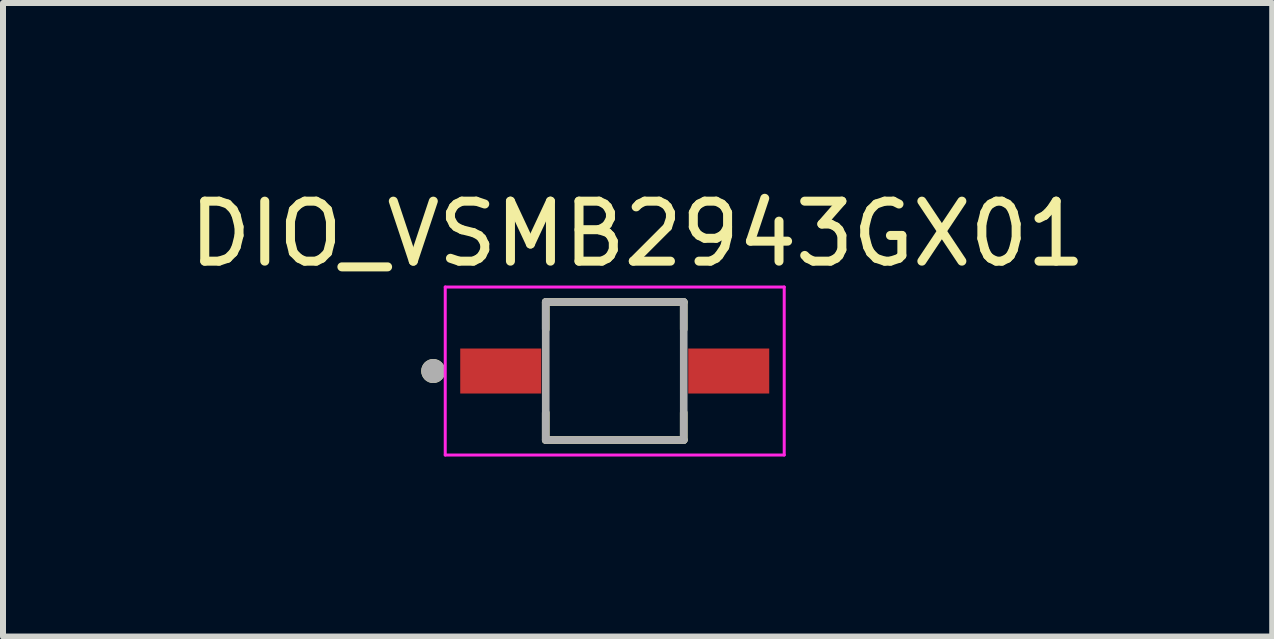
<source format=kicad_pcb>
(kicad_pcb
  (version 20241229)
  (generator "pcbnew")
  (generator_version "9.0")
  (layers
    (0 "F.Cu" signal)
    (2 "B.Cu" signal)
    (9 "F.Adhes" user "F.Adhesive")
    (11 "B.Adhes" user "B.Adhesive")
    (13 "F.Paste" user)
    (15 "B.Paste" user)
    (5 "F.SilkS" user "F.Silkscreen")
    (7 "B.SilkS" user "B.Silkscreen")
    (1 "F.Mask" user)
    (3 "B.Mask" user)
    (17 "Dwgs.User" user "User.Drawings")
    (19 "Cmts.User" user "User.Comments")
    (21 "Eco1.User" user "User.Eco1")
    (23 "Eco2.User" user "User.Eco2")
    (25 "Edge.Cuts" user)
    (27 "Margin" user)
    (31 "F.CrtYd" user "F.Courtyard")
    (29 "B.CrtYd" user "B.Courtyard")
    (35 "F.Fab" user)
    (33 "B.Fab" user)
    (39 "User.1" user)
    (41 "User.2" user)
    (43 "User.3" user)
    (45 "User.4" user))
  (footprint "DIO_VSMB2943GX01"
    (layer "F.Cu")
    (at 7.196 3.134)
    (property "Reference" "DIO_VSMB2943GX01" (at 0.381 -2.286 0) (layer "F.SilkS") (effects (font (size 1 1) (thickness 0.15))))
    (attr smd)
    (fp_line (start -1.15 -1.15) (end -1.15 -0.695) (stroke (width 0.127) (type solid)) (layer "F.SilkS"))
    (fp_line (start -1.15 -1.15) (end 1.15 -1.15) (stroke (width 0.127) (type solid)) (layer "F.SilkS"))
    (fp_line (start -1.15 1.15) (end -1.15 0.695) (stroke (width 0.127) (type solid)) (layer "F.SilkS"))
    (fp_line (start 1.15 -1.15) (end 1.15 -0.695) (stroke (width 0.127) (type solid)) (layer "F.SilkS"))
    (fp_line (start 1.15 1.15) (end -1.15 1.15) (stroke (width 0.127) (type solid)) (layer "F.SilkS"))
    (fp_line (start 1.15 1.15) (end 1.15 0.695) (stroke (width 0.127) (type solid)) (layer "F.SilkS"))
    (fp_circle (center -3.025 0) (end -2.925 0) (stroke (width 0.2) (type solid)) (fill no) (layer "F.SilkS"))
    (fp_line (start -2.825 -1.4) (end -2.825 1.4) (stroke (width 0.05) (type solid)) (layer "F.CrtYd"))
    (fp_line (start -2.825 -1.4) (end 2.825 -1.4) (stroke (width 0.05) (type solid)) (layer "F.CrtYd"))
    (fp_line (start 2.825 1.4) (end -2.825 1.4) (stroke (width 0.05) (type solid)) (layer "F.CrtYd"))
    (fp_line (start 2.825 1.4) (end 2.825 -1.4) (stroke (width 0.05) (type solid)) (layer "F.CrtYd"))
    (fp_line (start -1.15 -1.15) (end -1.15 1.15) (stroke (width 0.127) (type solid)) (layer "F.Fab"))
    (fp_line (start -1.15 -1.15) (end 1.15 -1.15) (stroke (width 0.127) (type solid)) (layer "F.Fab"))
    (fp_line (start -1.15 1.15) (end 1.15 1.15) (stroke (width 0.127) (type solid)) (layer "F.Fab"))
    (fp_line (start 1.15 -1.15) (end 1.15 1.15) (stroke (width 0.127) (type solid)) (layer "F.Fab"))
    (fp_circle (center -3.025 0) (end -2.925 0) (stroke (width 0.2) (type solid)) (fill no) (layer "F.Fab"))
    (pad "A" smd rect (at 1.9 0) (size 1.35 0.75) (layers "F.Cu" "F.Mask" "F.Paste"))
    (pad "C" smd rect (at -1.9 0) (size 1.35 0.75) (layers "F.Cu" "F.Mask" "F.Paste")))
  (gr_rect
    (start -3 -3)
    (end 18.155 7.559)
    (stroke (width 0.1) (type default))
    (fill no)
    (layer "Edge.Cuts")))
</source>
